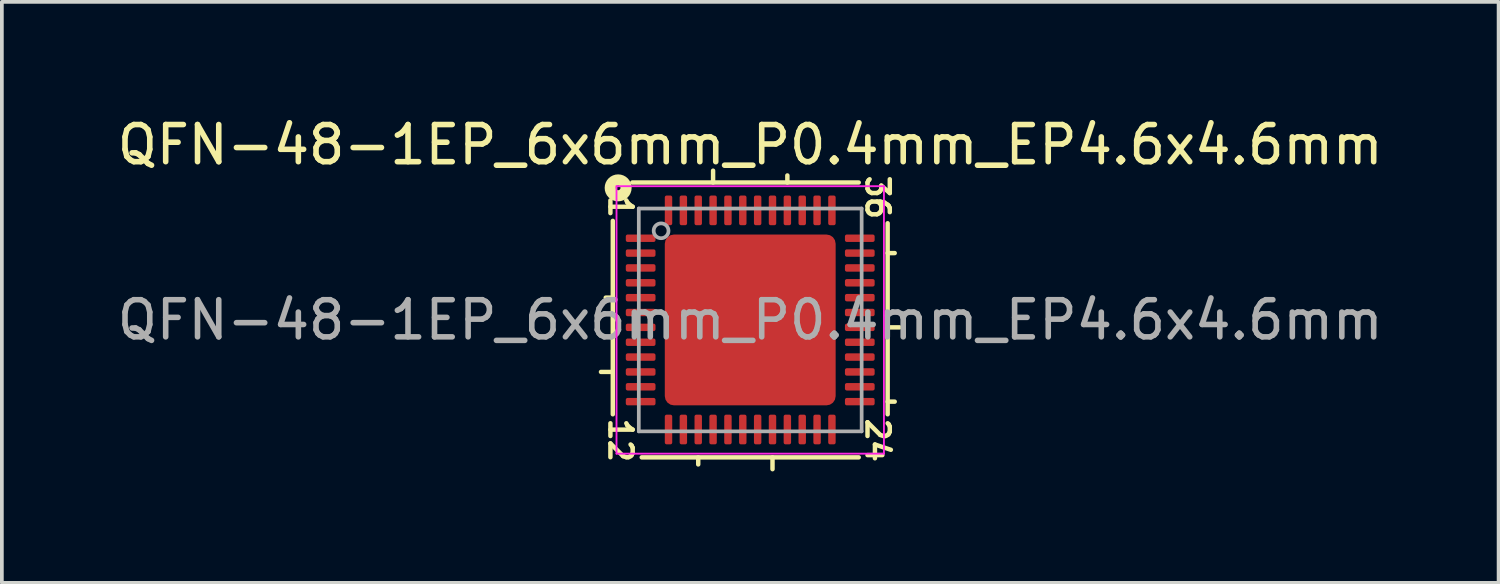
<source format=kicad_pcb>
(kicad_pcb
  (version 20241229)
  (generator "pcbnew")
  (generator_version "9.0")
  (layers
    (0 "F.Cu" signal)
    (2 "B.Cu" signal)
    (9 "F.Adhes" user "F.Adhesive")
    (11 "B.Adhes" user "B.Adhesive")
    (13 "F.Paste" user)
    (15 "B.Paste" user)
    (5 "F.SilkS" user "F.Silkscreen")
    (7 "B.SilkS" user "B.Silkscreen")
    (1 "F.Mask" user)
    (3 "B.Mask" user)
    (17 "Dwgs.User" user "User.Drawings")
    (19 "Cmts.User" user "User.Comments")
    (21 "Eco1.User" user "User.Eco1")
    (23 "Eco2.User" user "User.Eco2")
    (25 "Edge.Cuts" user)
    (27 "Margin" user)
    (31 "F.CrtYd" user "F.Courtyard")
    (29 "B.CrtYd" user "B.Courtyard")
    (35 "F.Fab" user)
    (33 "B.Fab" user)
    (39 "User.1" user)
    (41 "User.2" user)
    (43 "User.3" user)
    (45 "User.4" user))
  (footprint "QFN-48-1EP_6x6mm_P0.4mm_EP4.6x4.6mm"
    (layer "F.Cu")
    (at 17.149 5.564)
    (property "Reference" "QFN-48-1EP_6x6mm_P0.4mm_EP4.6x4.6mm" (at 0 -4.716 0) (layer "F.SilkS") (effects (font (size 1 1) (thickness 0.15))))
    (attr smd)
    (fp_line (start -3.7 -2.667) (end -3.7 2.54) (stroke (width 0.12) (type solid)) (layer "F.SilkS"))
    (fp_line (start -3.7 -0.6) (end -3.89 -0.6) (stroke (width 0.12) (type solid)) (layer "F.SilkS"))
    (fp_line (start -3.7 1.4) (end -4.018 1.4) (stroke (width 0.12) (type solid)) (layer "F.SilkS"))
    (fp_line (start -2.921 3.7) (end 2.921 3.7) (stroke (width 0.12) (type solid)) (layer "F.SilkS"))
    (fp_line (start -1.4 3.89) (end -1.4 3.7) (stroke (width 0.12) (type solid)) (layer "F.SilkS"))
    (fp_line (start -1 -3.7) (end -1 -4.018) (stroke (width 0.12) (type solid)) (layer "F.SilkS"))
    (fp_line (start 0.6 3.7) (end 0.6 4.018) (stroke (width 0.12) (type solid)) (layer "F.SilkS"))
    (fp_line (start 1 -3.7) (end 1 -3.89) (stroke (width 0.12) (type solid)) (layer "F.SilkS"))
    (fp_line (start 2.921 -3.7) (end -3.175 -3.7) (stroke (width 0.12) (type solid)) (layer "F.SilkS"))
    (fp_line (start 3.7 -1.8) (end 3.89 -1.8) (stroke (width 0.12) (type solid)) (layer "F.SilkS"))
    (fp_line (start 3.7 0.2) (end 4.018 0.2) (stroke (width 0.12) (type solid)) (layer "F.SilkS"))
    (fp_line (start 3.7 2.2) (end 3.89 2.2) (stroke (width 0.12) (type solid)) (layer "F.SilkS"))
    (fp_line (start 3.7 2.54) (end 3.7 -2.603) (stroke (width 0.12) (type solid)) (layer "F.SilkS"))
    (fp_circle (center -3.556 -3.556) (end -3.493 -3.556) (stroke (width 0.3) (type solid)) (fill no) (layer "F.SilkS"))
    (fp_line (start -3.6 -3.6) (end -3.6 3.6) (stroke (width 0.05) (type solid)) (layer "F.CrtYd"))
    (fp_line (start -3.6 3.6) (end 3.6 3.6) (stroke (width 0.05) (type solid)) (layer "F.CrtYd"))
    (fp_line (start 3.6 -3.6) (end -3.6 -3.6) (stroke (width 0.05) (type solid)) (layer "F.CrtYd"))
    (fp_line (start 3.6 3.6) (end 3.6 -3.6) (stroke (width 0.05) (type solid)) (layer "F.CrtYd"))
    (fp_line (start -3 -3) (end 3 -3) (stroke (width 0.1) (type solid)) (layer "F.Fab"))
    (fp_line (start -3 3) (end -3 -3) (stroke (width 0.1) (type solid)) (layer "F.Fab"))
    (fp_line (start 3 -3) (end 3 3) (stroke (width 0.1) (type solid)) (layer "F.Fab"))
    (fp_line (start 3 3) (end -3 3) (stroke (width 0.1) (type solid)) (layer "F.Fab"))
    (fp_circle (center -2.4 -2.4) (end -2.2 -2.4) (stroke (width 0.1) (type solid)) (fill no) (layer "F.Fab"))
    (fp_text user "24" (at 3.429 3.239 270) (unlocked yes) (layer "F.SilkS") (effects (font (size 0.6 0.6) (thickness 0.12))))
    (fp_text user "12" (at -3.493 3.239 270) (unlocked yes) (layer "F.SilkS") (effects (font (size 0.6 0.6) (thickness 0.12))))
    (fp_text user "1" (at -3.493 -3.048 270) (unlocked yes) (layer "F.SilkS") (effects (font (size 0.6 0.6) (thickness 0.12))))
    (fp_text user "36" (at 3.429 -3.302 270) (unlocked yes) (layer "F.SilkS") (effects (font (size 0.6 0.6) (thickness 0.12))))
    (fp_text user "${REFERENCE}" (at 0 0 0) (layer "F.Fab") (effects (font (size 1 1) (thickness 0.15))))
    (pad "" smd roundrect (at -1.53 -1.53) (size 1.24 1.24) (layers "F.Paste") (roundrect_rratio 0.202))
    (pad "" smd roundrect (at -1.53 0) (size 1.24 1.24) (layers "F.Paste") (roundrect_rratio 0.202))
    (pad "" smd roundrect (at -1.53 1.53) (size 1.24 1.24) (layers "F.Paste") (roundrect_rratio 0.202))
    (pad "" smd roundrect (at 0 -1.53) (size 1.24 1.24) (layers "F.Paste") (roundrect_rratio 0.202))
    (pad "" smd roundrect (at 0 0) (size 1.24 1.24) (layers "F.Paste") (roundrect_rratio 0.202))
    (pad "" smd roundrect (at 0 1.53) (size 1.24 1.24) (layers "F.Paste") (roundrect_rratio 0.202))
    (pad "" smd roundrect (at 1.53 -1.53) (size 1.24 1.24) (layers "F.Paste") (roundrect_rratio 0.202))
    (pad "" smd roundrect (at 1.53 0) (size 1.24 1.24) (layers "F.Paste") (roundrect_rratio 0.202))
    (pad "" smd roundrect (at 1.53 1.53) (size 1.24 1.24) (layers "F.Paste") (roundrect_rratio 0.202))
    (pad "1" smd roundrect (at -2.95 -2.2) (size 0.8 0.2) (layers "F.Cu" "F.Mask" "F.Paste") (roundrect_rratio 0.25))
    (pad "2" smd roundrect (at -2.95 -1.8) (size 0.8 0.2) (layers "F.Cu" "F.Mask" "F.Paste") (roundrect_rratio 0.25))
    (pad "3" smd roundrect (at -2.95 -1.4) (size 0.8 0.2) (layers "F.Cu" "F.Mask" "F.Paste") (roundrect_rratio 0.25))
    (pad "4" smd roundrect (at -2.95 -1) (size 0.8 0.2) (layers "F.Cu" "F.Mask" "F.Paste") (roundrect_rratio 0.25))
    (pad "5" smd roundrect (at -2.95 -0.6) (size 0.8 0.2) (layers "F.Cu" "F.Mask" "F.Paste") (roundrect_rratio 0.25))
    (pad "6" smd roundrect (at -2.95 -0.2) (size 0.8 0.2) (layers "F.Cu" "F.Mask" "F.Paste") (roundrect_rratio 0.25))
    (pad "7" smd roundrect (at -2.95 0.2) (size 0.8 0.2) (layers "F.Cu" "F.Mask" "F.Paste") (roundrect_rratio 0.25))
    (pad "8" smd roundrect (at -2.95 0.6) (size 0.8 0.2) (layers "F.Cu" "F.Mask" "F.Paste") (roundrect_rratio 0.25))
    (pad "9" smd roundrect (at -2.95 1) (size 0.8 0.2) (layers "F.Cu" "F.Mask" "F.Paste") (roundrect_rratio 0.25))
    (pad "10" smd roundrect (at -2.95 1.4) (size 0.8 0.2) (layers "F.Cu" "F.Mask" "F.Paste") (roundrect_rratio 0.25))
    (pad "11" smd roundrect (at -2.95 1.8) (size 0.8 0.2) (layers "F.Cu" "F.Mask" "F.Paste") (roundrect_rratio 0.25))
    (pad "12" smd roundrect (at -2.95 2.2) (size 0.8 0.2) (layers "F.Cu" "F.Mask" "F.Paste") (roundrect_rratio 0.25))
    (pad "13" smd roundrect (at -2.2 2.95) (size 0.2 0.8) (layers "F.Cu" "F.Mask" "F.Paste") (roundrect_rratio 0.25))
    (pad "14" smd roundrect (at -1.8 2.95) (size 0.2 0.8) (layers "F.Cu" "F.Mask" "F.Paste") (roundrect_rratio 0.25))
    (pad "15" smd roundrect (at -1.4 2.95) (size 0.2 0.8) (layers "F.Cu" "F.Mask" "F.Paste") (roundrect_rratio 0.25))
    (pad "16" smd roundrect (at -1 2.95) (size 0.2 0.8) (layers "F.Cu" "F.Mask" "F.Paste") (roundrect_rratio 0.25))
    (pad "17" smd roundrect (at -0.6 2.95) (size 0.2 0.8) (layers "F.Cu" "F.Mask" "F.Paste") (roundrect_rratio 0.25))
    (pad "18" smd roundrect (at -0.2 2.95) (size 0.2 0.8) (layers "F.Cu" "F.Mask" "F.Paste") (roundrect_rratio 0.25))
    (pad "19" smd roundrect (at 0.2 2.95) (size 0.2 0.8) (layers "F.Cu" "F.Mask" "F.Paste") (roundrect_rratio 0.25))
    (pad "20" smd roundrect (at 0.6 2.95) (size 0.2 0.8) (layers "F.Cu" "F.Mask" "F.Paste") (roundrect_rratio 0.25))
    (pad "21" smd roundrect (at 1 2.95) (size 0.2 0.8) (layers "F.Cu" "F.Mask" "F.Paste") (roundrect_rratio 0.25))
    (pad "22" smd roundrect (at 1.4 2.95) (size 0.2 0.8) (layers "F.Cu" "F.Mask" "F.Paste") (roundrect_rratio 0.25))
    (pad "23" smd roundrect (at 1.8 2.95) (size 0.2 0.8) (layers "F.Cu" "F.Mask" "F.Paste") (roundrect_rratio 0.25))
    (pad "24" smd roundrect (at 2.2 2.95) (size 0.2 0.8) (layers "F.Cu" "F.Mask" "F.Paste") (roundrect_rratio 0.25))
    (pad "25" smd roundrect (at 2.95 2.2) (size 0.8 0.2) (layers "F.Cu" "F.Mask" "F.Paste") (roundrect_rratio 0.25))
    (pad "26" smd roundrect (at 2.95 1.8) (size 0.8 0.2) (layers "F.Cu" "F.Mask" "F.Paste") (roundrect_rratio 0.25))
    (pad "27" smd roundrect (at 2.95 1.4) (size 0.8 0.2) (layers "F.Cu" "F.Mask" "F.Paste") (roundrect_rratio 0.25))
    (pad "28" smd roundrect (at 2.95 1) (size 0.8 0.2) (layers "F.Cu" "F.Mask" "F.Paste") (roundrect_rratio 0.25))
    (pad "29" smd roundrect (at 2.95 0.6) (size 0.8 0.2) (layers "F.Cu" "F.Mask" "F.Paste") (roundrect_rratio 0.25))
    (pad "30" smd roundrect (at 2.95 0.2) (size 0.8 0.2) (layers "F.Cu" "F.Mask" "F.Paste") (roundrect_rratio 0.25))
    (pad "31" smd roundrect (at 2.95 -0.2) (size 0.8 0.2) (layers "F.Cu" "F.Mask" "F.Paste") (roundrect_rratio 0.25))
    (pad "32" smd roundrect (at 2.95 -0.6) (size 0.8 0.2) (layers "F.Cu" "F.Mask" "F.Paste") (roundrect_rratio 0.25))
    (pad "33" smd roundrect (at 2.95 -1) (size 0.8 0.2) (layers "F.Cu" "F.Mask" "F.Paste") (roundrect_rratio 0.25))
    (pad "34" smd roundrect (at 2.95 -1.4) (size 0.8 0.2) (layers "F.Cu" "F.Mask" "F.Paste") (roundrect_rratio 0.25))
    (pad "35" smd roundrect (at 2.95 -1.8) (size 0.8 0.2) (layers "F.Cu" "F.Mask" "F.Paste") (roundrect_rratio 0.25))
    (pad "36" smd roundrect (at 2.95 -2.2) (size 0.8 0.2) (layers "F.Cu" "F.Mask" "F.Paste") (roundrect_rratio 0.25))
    (pad "37" smd roundrect (at 2.2 -2.95) (size 0.2 0.8) (layers "F.Cu" "F.Mask" "F.Paste") (roundrect_rratio 0.25))
    (pad "38" smd roundrect (at 1.8 -2.95) (size 0.2 0.8) (layers "F.Cu" "F.Mask" "F.Paste") (roundrect_rratio 0.25))
    (pad "39" smd roundrect (at 1.4 -2.95) (size 0.2 0.8) (layers "F.Cu" "F.Mask" "F.Paste") (roundrect_rratio 0.25))
    (pad "40" smd roundrect (at 1 -2.95) (size 0.2 0.8) (layers "F.Cu" "F.Mask" "F.Paste") (roundrect_rratio 0.25))
    (pad "41" smd roundrect (at 0.6 -2.95) (size 0.2 0.8) (layers "F.Cu" "F.Mask" "F.Paste") (roundrect_rratio 0.25))
    (pad "42" smd roundrect (at 0.2 -2.95) (size 0.2 0.8) (layers "F.Cu" "F.Mask" "F.Paste") (roundrect_rratio 0.25))
    (pad "43" smd roundrect (at -0.2 -2.95) (size 0.2 0.8) (layers "F.Cu" "F.Mask" "F.Paste") (roundrect_rratio 0.25))
    (pad "44" smd roundrect (at -0.6 -2.95) (size 0.2 0.8) (layers "F.Cu" "F.Mask" "F.Paste") (roundrect_rratio 0.25))
    (pad "45" smd roundrect (at -1 -2.95) (size 0.2 0.8) (layers "F.Cu" "F.Mask" "F.Paste") (roundrect_rratio 0.25))
    (pad "46" smd roundrect (at -1.4 -2.95) (size 0.2 0.8) (layers "F.Cu" "F.Mask" "F.Paste") (roundrect_rratio 0.25))
    (pad "47" smd roundrect (at -1.8 -2.95) (size 0.2 0.8) (layers "F.Cu" "F.Mask" "F.Paste") (roundrect_rratio 0.25))
    (pad "48" smd roundrect (at -2.2 -2.95) (size 0.2 0.8) (layers "F.Cu" "F.Mask" "F.Paste") (roundrect_rratio 0.25))
    (pad "49" smd roundrect (at 0 0) (size 4.6 4.6) (layers "F.Cu" "F.Mask") (roundrect_rratio 0.054)))
  (gr_rect
    (start -3 -3)
    (end 37.298 12.642)
    (stroke (width 0.1) (type default))
    (fill no)
    (layer "Edge.Cuts")))
</source>
